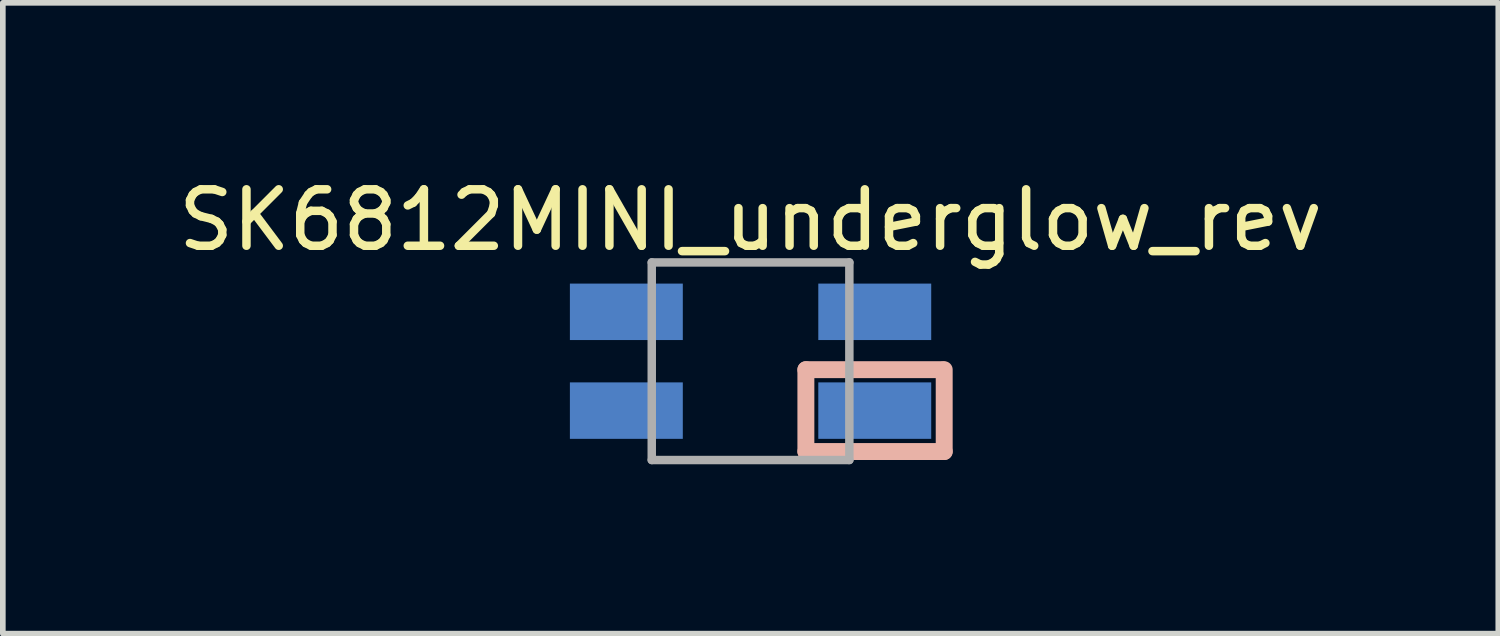
<source format=kicad_pcb>
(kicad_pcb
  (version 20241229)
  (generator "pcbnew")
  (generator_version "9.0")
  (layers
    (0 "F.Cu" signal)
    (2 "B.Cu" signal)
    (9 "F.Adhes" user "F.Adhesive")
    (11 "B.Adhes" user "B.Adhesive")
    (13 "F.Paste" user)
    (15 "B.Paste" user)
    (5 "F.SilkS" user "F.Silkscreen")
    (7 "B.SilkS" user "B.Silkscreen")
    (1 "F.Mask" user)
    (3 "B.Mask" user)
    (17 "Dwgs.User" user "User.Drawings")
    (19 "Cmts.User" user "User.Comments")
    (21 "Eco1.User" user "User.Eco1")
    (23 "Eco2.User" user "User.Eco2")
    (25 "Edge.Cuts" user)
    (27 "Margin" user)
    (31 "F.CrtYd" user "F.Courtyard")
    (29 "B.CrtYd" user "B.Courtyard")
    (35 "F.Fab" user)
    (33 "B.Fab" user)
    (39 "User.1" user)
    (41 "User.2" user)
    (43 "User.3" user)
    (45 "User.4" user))
  (footprint "SK6812MINI_underglow_rev"
    (layer "F.Cu")
    (at 10.244 3.348)
    (property "Reference" "SK6812MINI_underglow_rev" (at 0 -2.5 0) (layer "F.SilkS") (effects (font (size 1 1) (thickness 0.15))))
    (attr through_hole)
    (fp_line (start 0.98 0.15) (end 3.4 0.15) (stroke (width 0.3) (type solid)) (layer "B.SilkS"))
    (fp_line (start 0.98 1.6) (end 0.98 0.15) (stroke (width 0.3) (type solid)) (layer "B.SilkS"))
    (fp_line (start 3.43 0.15) (end 3.43 1.6) (stroke (width 0.3) (type solid)) (layer "B.SilkS"))
    (fp_line (start 3.43 1.6) (end 0.98 1.6) (stroke (width 0.3) (type solid)) (layer "B.SilkS"))
    (fp_line (start -1.75 -1.75) (end -1.75 1.75) (stroke (width 0.15) (type solid)) (layer "F.Fab"))
    (fp_line (start -1.75 -1.75) (end 1.75 -1.75) (stroke (width 0.15) (type solid)) (layer "F.Fab"))
    (fp_line (start 1.75 -1.75) (end 1.75 1.75) (stroke (width 0.15) (type solid)) (layer "F.Fab"))
    (fp_line (start 1.75 1.75) (end -1.75 1.75) (stroke (width 0.15) (type solid)) (layer "F.Fab"))
    (pad "1" smd rect (at -2.2 0.875) (size 2 1) (layers "B.Cu" "B.Mask" "B.Paste"))
    (pad "2" smd rect (at -2.2 -0.875) (size 2 1) (layers "B.Cu" "B.Mask" "B.Paste"))
    (pad "3" smd rect (at 2.2 -0.875) (size 2 1) (layers "B.Cu" "B.Mask" "B.Paste"))
    (pad "4" smd rect (at 2.2 0.875) (size 2 1) (layers "B.Cu" "B.Mask" "B.Paste")))
  (gr_rect
    (start -3 -3)
    (end 23.488 8.173)
    (stroke (width 0.1) (type default))
    (fill no)
    (layer "Edge.Cuts")))
</source>
